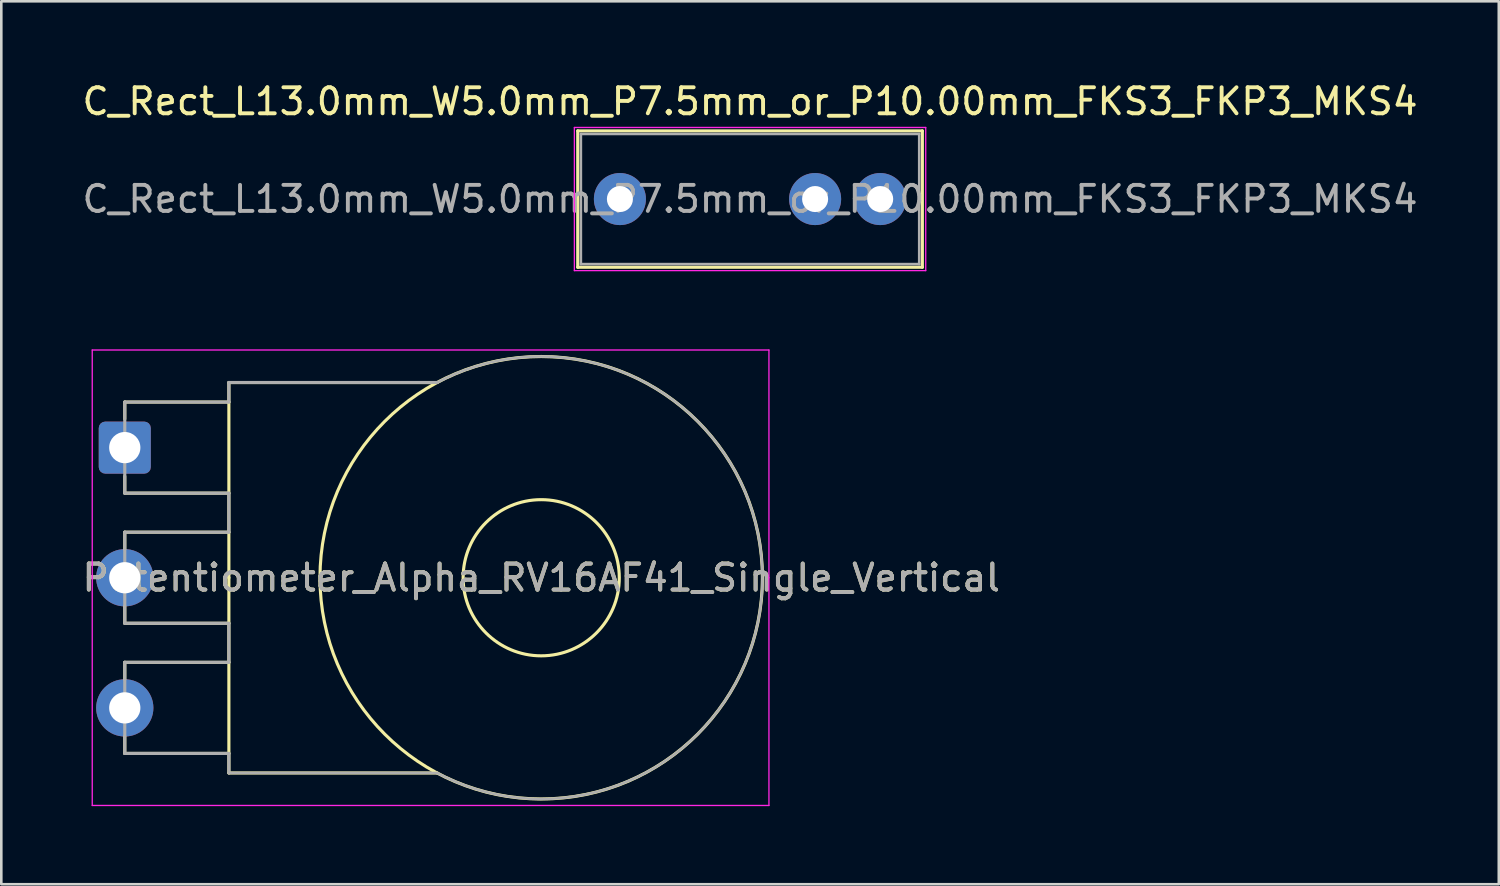
<source format=kicad_pcb>
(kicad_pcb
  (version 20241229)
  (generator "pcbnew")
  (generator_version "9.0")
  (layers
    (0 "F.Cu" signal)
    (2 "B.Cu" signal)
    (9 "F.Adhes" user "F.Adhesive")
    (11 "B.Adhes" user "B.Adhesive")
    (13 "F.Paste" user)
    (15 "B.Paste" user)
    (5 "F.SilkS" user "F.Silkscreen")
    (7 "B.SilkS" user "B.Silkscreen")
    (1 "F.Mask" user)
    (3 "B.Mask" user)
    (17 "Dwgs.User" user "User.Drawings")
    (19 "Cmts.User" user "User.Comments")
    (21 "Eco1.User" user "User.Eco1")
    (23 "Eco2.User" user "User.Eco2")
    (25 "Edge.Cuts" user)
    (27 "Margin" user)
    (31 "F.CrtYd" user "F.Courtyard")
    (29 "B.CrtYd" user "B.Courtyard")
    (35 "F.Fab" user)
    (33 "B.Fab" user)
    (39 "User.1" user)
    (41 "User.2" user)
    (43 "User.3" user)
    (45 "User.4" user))
  (footprint "Potentiometer_Alpha_RV16AF41_Single_Vertical"
    (layer "F.Cu")
    (at 1.744 14.148)
    (property "Reference" "Potentiometer_Alpha_RV16AF41_Single_Vertical" (at 16 5 0) (layer "F.SilkS") (effects (font (size 1 1) (thickness 0.15))))
    (attr through_hole)
    (fp_line (start 0 -1.75) (end 0 -1.1) (stroke (width 0.12) (type solid)) (layer "F.SilkS"))
    (fp_line (start 0 1.75) (end 0 1.1) (stroke (width 0.12) (type solid)) (layer "F.SilkS"))
    (fp_line (start 0 3.25) (end 0 3.9) (stroke (width 0.12) (type solid)) (layer "F.SilkS"))
    (fp_line (start 0 6.75) (end 0 6.1) (stroke (width 0.12) (type solid)) (layer "F.SilkS"))
    (fp_line (start 0 8.25) (end 0 8.9) (stroke (width 0.12) (type solid)) (layer "F.SilkS"))
    (fp_line (start 0 11.75) (end 0 11.1) (stroke (width 0.12) (type solid)) (layer "F.SilkS"))
    (fp_line (start 4 -2.5) (end 12 -2.5) (stroke (width 0.12) (type solid)) (layer "F.SilkS"))
    (fp_line (start 4 -1.75) (end 0 -1.75) (stroke (width 0.12) (type solid)) (layer "F.SilkS"))
    (fp_line (start 4 1.75) (end 0 1.75) (stroke (width 0.12) (type solid)) (layer "F.SilkS"))
    (fp_line (start 4 3.25) (end 0 3.25) (stroke (width 0.12) (type solid)) (layer "F.SilkS"))
    (fp_line (start 4 5) (end 4 -2.5) (stroke (width 0.12) (type solid)) (layer "F.SilkS"))
    (fp_line (start 4 5) (end 4 12.5) (stroke (width 0.12) (type solid)) (layer "F.SilkS"))
    (fp_line (start 4 6.75) (end 0 6.75) (stroke (width 0.12) (type solid)) (layer "F.SilkS"))
    (fp_line (start 4 8.25) (end 0 8.25) (stroke (width 0.12) (type solid)) (layer "F.SilkS"))
    (fp_line (start 4 11.75) (end 0 11.75) (stroke (width 0.12) (type solid)) (layer "F.SilkS"))
    (fp_line (start 4 12.5) (end 12 12.5) (stroke (width 0.12) (type solid)) (layer "F.SilkS"))
    (fp_circle (center 16 5) (end 16 -3.5) (stroke (width 0.12) (type solid)) (fill no) (layer "F.SilkS"))
    (fp_circle (center 16 5) (end 16 2) (stroke (width 0.12) (type solid)) (fill no) (layer "F.SilkS"))
    (fp_line (start -1.25 -3.75) (end 24.75 -3.75) (stroke (width 0.05) (type solid)) (layer "F.CrtYd"))
    (fp_line (start -1.25 13.75) (end -1.25 -3.75) (stroke (width 0.05) (type solid)) (layer "F.CrtYd"))
    (fp_line (start 24.75 -3.75) (end 24.75 5) (stroke (width 0.05) (type solid)) (layer "F.CrtYd"))
    (fp_line (start 24.75 5) (end 24.75 13.75) (stroke (width 0.05) (type solid)) (layer "F.CrtYd"))
    (fp_line (start 24.75 13.75) (end -1.25 13.75) (stroke (width 0.05) (type solid)) (layer "F.CrtYd"))
    (fp_line (start 0 -1.75) (end 0 1.75) (stroke (width 0.12) (type solid)) (layer "F.Fab"))
    (fp_line (start 0 1.75) (end 4 1.75) (stroke (width 0.12) (type solid)) (layer "F.Fab"))
    (fp_line (start 0 3.25) (end 0 6.75) (stroke (width 0.12) (type solid)) (layer "F.Fab"))
    (fp_line (start 0 6.75) (end 4 6.75) (stroke (width 0.12) (type solid)) (layer "F.Fab"))
    (fp_line (start 0 8.25) (end 0 11.75) (stroke (width 0.12) (type solid)) (layer "F.Fab"))
    (fp_line (start 0 11.75) (end 4 11.75) (stroke (width 0.12) (type solid)) (layer "F.Fab"))
    (fp_line (start 4 -2.503) (end 4 -1.75) (stroke (width 0.12) (type solid)) (layer "F.Fab"))
    (fp_line (start 4 -1.75) (end 0 -1.75) (stroke (width 0.12) (type solid)) (layer "F.Fab"))
    (fp_line (start 4 1.75) (end 4 3.25) (stroke (width 0.12) (type solid)) (layer "F.Fab"))
    (fp_line (start 4 3.25) (end 0 3.25) (stroke (width 0.12) (type solid)) (layer "F.Fab"))
    (fp_line (start 4 6.75) (end 4 8.25) (stroke (width 0.12) (type solid)) (layer "F.Fab"))
    (fp_line (start 4 8.25) (end 0 8.25) (stroke (width 0.12) (type solid)) (layer "F.Fab"))
    (fp_line (start 4 11.75) (end 4 12.5) (stroke (width 0.12) (type solid)) (layer "F.Fab"))
    (fp_line (start 4 12.5) (end 12 12.5) (stroke (width 0.1) (type solid)) (layer "F.Fab"))
    (fp_line (start 12.006 -2.503) (end 4 -2.503) (stroke (width 0.12) (type solid)) (layer "F.Fab"))
    (fp_arc (start 12.005888 -2.503137) (mid 24.499999 5.003336) (end 12 12.5) (stroke (width 0.1) (type solid)) (layer "F.Fab"))
    (fp_text user "${REFERENCE}" (at 16 5 0) (layer "F.Fab") (effects (font (size 1 1) (thickness 0.15))))
    (pad "1" thru_hole roundrect (at 0 0 270) (size 2 2) (drill 1.2) (layers "*.Cu" "*.Mask") (roundrect_rratio 0.125))
    (pad "2" thru_hole circle (at 0 5 270) (size 2.2 2.2) (drill 1.2) (layers "*.Cu" "*.Mask"))
    (pad "3" thru_hole circle (at 0 10 270) (size 2.2 2.2) (drill 1.2) (layers "*.Cu" "*.Mask")))
  (footprint "C_Rect_L13.0mm_W5.0mm_P7.5mm_or_P10.00mm_FKS3_FKP3_MKS4"
    (layer "F.Cu")
    (at 20.768 4.598)
    (property "Reference" "C_Rect_L13.0mm_W5.0mm_P7.5mm_or_P10.00mm_FKS3_FKP3_MKS4" (at 5 -3.75 0) (layer "F.SilkS") (effects (font (size 1 1) (thickness 0.15))))
    (attr through_hole)
    (fp_line (start -1.62 -2.62) (end -1.62 2.62) (stroke (width 0.12) (type solid)) (layer "F.SilkS"))
    (fp_line (start -1.62 -2.62) (end 11.62 -2.62) (stroke (width 0.12) (type solid)) (layer "F.SilkS"))
    (fp_line (start -1.62 2.62) (end 11.62 2.62) (stroke (width 0.12) (type solid)) (layer "F.SilkS"))
    (fp_line (start 11.62 -2.62) (end 11.62 2.62) (stroke (width 0.12) (type solid)) (layer "F.SilkS"))
    (fp_line (start -1.75 -2.75) (end -1.75 2.75) (stroke (width 0.05) (type solid)) (layer "F.CrtYd"))
    (fp_line (start -1.75 2.75) (end 11.75 2.75) (stroke (width 0.05) (type solid)) (layer "F.CrtYd"))
    (fp_line (start 11.75 -2.75) (end -1.75 -2.75) (stroke (width 0.05) (type solid)) (layer "F.CrtYd"))
    (fp_line (start 11.75 2.75) (end 11.75 -2.75) (stroke (width 0.05) (type solid)) (layer "F.CrtYd"))
    (fp_line (start -1.5 -2.5) (end -1.5 2.5) (stroke (width 0.1) (type solid)) (layer "F.Fab"))
    (fp_line (start -1.5 2.5) (end 11.5 2.5) (stroke (width 0.1) (type solid)) (layer "F.Fab"))
    (fp_line (start 11.5 -2.5) (end -1.5 -2.5) (stroke (width 0.1) (type solid)) (layer "F.Fab"))
    (fp_line (start 11.5 2.5) (end 11.5 -2.5) (stroke (width 0.1) (type solid)) (layer "F.Fab"))
    (fp_text user "${REFERENCE}" (at 5 0 0) (layer "F.Fab") (effects (font (size 1 1) (thickness 0.15))))
    (pad "1" thru_hole circle (at 0 0) (size 2 2) (drill 1) (layers "*.Cu" "*.Mask"))
    (pad "2" thru_hole circle (at 7.5 0) (size 2 2) (drill 1) (layers "*.Cu" "*.Mask"))
    (pad "2" thru_hole circle (at 10 0) (size 2 2) (drill 1) (layers "*.Cu" "*.Mask")))
  (gr_rect
    (start -3 -3)
    (end 54.536 30.923)
    (stroke (width 0.1) (type default))
    (fill no)
    (layer "Edge.Cuts")))
</source>
